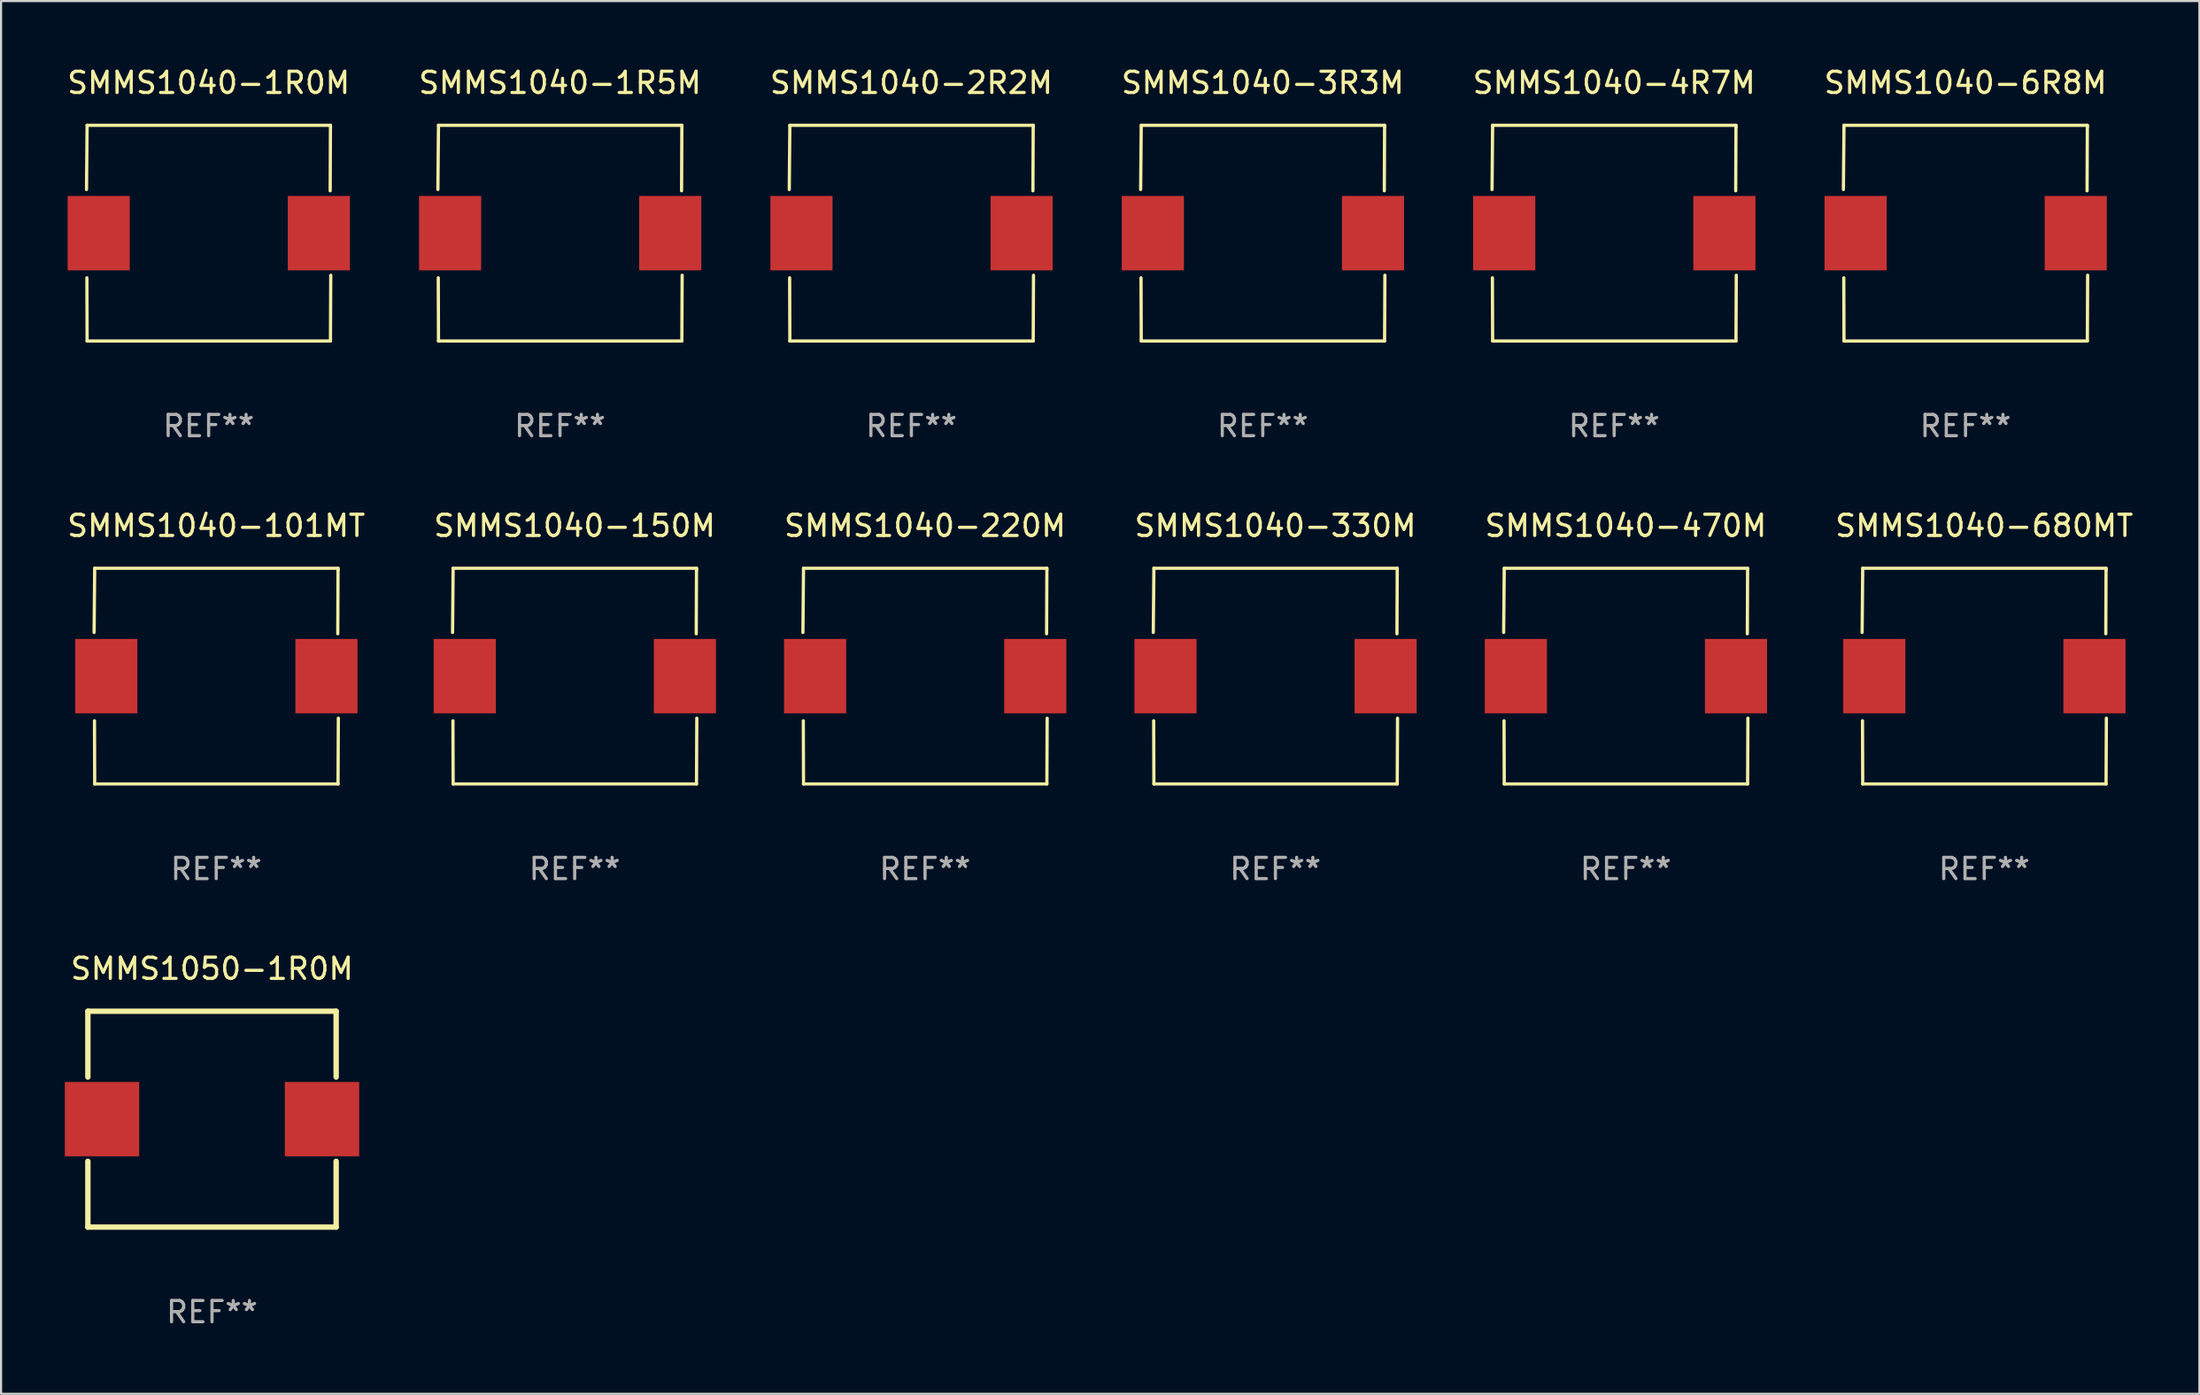
<source format=kicad_pcb>
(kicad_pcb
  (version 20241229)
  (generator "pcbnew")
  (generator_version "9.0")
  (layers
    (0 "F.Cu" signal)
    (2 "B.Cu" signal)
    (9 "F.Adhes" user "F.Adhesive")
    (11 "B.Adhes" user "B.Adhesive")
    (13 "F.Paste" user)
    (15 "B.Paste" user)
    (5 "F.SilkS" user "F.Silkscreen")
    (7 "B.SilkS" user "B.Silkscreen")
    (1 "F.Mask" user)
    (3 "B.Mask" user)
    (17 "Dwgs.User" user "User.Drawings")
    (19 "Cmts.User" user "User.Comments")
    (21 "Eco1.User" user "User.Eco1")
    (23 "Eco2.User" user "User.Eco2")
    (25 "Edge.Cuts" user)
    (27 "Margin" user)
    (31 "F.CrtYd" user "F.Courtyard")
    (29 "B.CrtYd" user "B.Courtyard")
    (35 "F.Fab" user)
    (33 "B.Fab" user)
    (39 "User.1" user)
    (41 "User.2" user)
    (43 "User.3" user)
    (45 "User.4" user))
  (footprint "SMMS1040-101MT"
    (layer "F.Cu")
    (at 7.125 28.773)
    (property "Reference" "SMMS1040-101MT" (at 0 -7.076 0) (layer "F.SilkS") (effects (font (size 1 1) (thickness 0.15))))
    (attr through_hole)
    (fp_line (start -5.747 -2.055) (end -5.719 -5.076) (stroke (width 0.152) (type solid)) (layer "F.SilkS"))
    (fp_line (start -5.729 2.102) (end -5.719 5.076) (stroke (width 0.152) (type solid)) (layer "F.SilkS"))
    (fp_line (start -5.719 -5.076) (end 5.733 -5.076) (stroke (width 0.152) (type solid)) (layer "F.SilkS"))
    (fp_line (start -5.719 5.076) (end 5.733 5.076) (stroke (width 0.152) (type solid)) (layer "F.SilkS"))
    (fp_line (start 5.733 -5.076) (end 5.72 -1.993) (stroke (width 0.152) (type solid)) (layer "F.SilkS"))
    (fp_line (start 5.733 5.076) (end 5.747 1.981) (stroke (width 0.152) (type solid)) (layer "F.SilkS"))
    (fp_circle (center 5.757 -5) (end 5.787 -5) (stroke (width 0.06) (type solid)) (fill no) (layer "F.SilkS"))
    (fp_text user "REF**" (at 0 9.076 0) (layer "F.Fab") (effects (font (size 1 1) (thickness 0.15))))
    (pad "1" smd rect (at 5.187 0) (size 2.924 3.5) (layers "F.Cu" "F.Mask" "F.Paste"))
    (pad "2" smd rect (at -5.173 0) (size 2.924 3.5) (layers "F.Cu" "F.Mask" "F.Paste")))
  (footprint "SMMS1040-1R5M"
    (layer "F.Cu")
    (at 23.304 7.924)
    (property "Reference" "SMMS1040-1R5M" (at 0 -7.076 0) (layer "F.SilkS") (effects (font (size 1 1) (thickness 0.15))))
    (attr through_hole)
    (fp_line (start -5.747 -2.055) (end -5.719 -5.076) (stroke (width 0.152) (type solid)) (layer "F.SilkS"))
    (fp_line (start -5.729 2.102) (end -5.719 5.076) (stroke (width 0.152) (type solid)) (layer "F.SilkS"))
    (fp_line (start -5.719 -5.076) (end 5.733 -5.076) (stroke (width 0.152) (type solid)) (layer "F.SilkS"))
    (fp_line (start -5.719 5.076) (end 5.733 5.076) (stroke (width 0.152) (type solid)) (layer "F.SilkS"))
    (fp_line (start 5.733 -5.076) (end 5.72 -1.993) (stroke (width 0.152) (type solid)) (layer "F.SilkS"))
    (fp_line (start 5.733 5.076) (end 5.747 1.981) (stroke (width 0.152) (type solid)) (layer "F.SilkS"))
    (fp_circle (center 5.757 -5) (end 5.787 -5) (stroke (width 0.06) (type solid)) (fill no) (layer "F.SilkS"))
    (fp_text user "REF**" (at 0 9.076 0) (layer "F.Fab") (effects (font (size 1 1) (thickness 0.15))))
    (pad "1" smd rect (at 5.187 0) (size 2.924 3.5) (layers "F.Cu" "F.Mask" "F.Paste"))
    (pad "2" smd rect (at -5.173 0) (size 2.924 3.5) (layers "F.Cu" "F.Mask" "F.Paste")))
  (footprint "SMMS1040-2R2M"
    (layer "F.Cu")
    (at 39.839 7.924)
    (property "Reference" "SMMS1040-2R2M" (at 0 -7.076 0) (layer "F.SilkS") (effects (font (size 1 1) (thickness 0.15))))
    (attr through_hole)
    (fp_line (start -5.747 -2.055) (end -5.719 -5.076) (stroke (width 0.152) (type solid)) (layer "F.SilkS"))
    (fp_line (start -5.729 2.102) (end -5.719 5.076) (stroke (width 0.152) (type solid)) (layer "F.SilkS"))
    (fp_line (start -5.719 -5.076) (end 5.733 -5.076) (stroke (width 0.152) (type solid)) (layer "F.SilkS"))
    (fp_line (start -5.719 5.076) (end 5.733 5.076) (stroke (width 0.152) (type solid)) (layer "F.SilkS"))
    (fp_line (start 5.733 -5.076) (end 5.72 -1.993) (stroke (width 0.152) (type solid)) (layer "F.SilkS"))
    (fp_line (start 5.733 5.076) (end 5.747 1.981) (stroke (width 0.152) (type solid)) (layer "F.SilkS"))
    (fp_circle (center 5.757 -5) (end 5.787 -5) (stroke (width 0.06) (type solid)) (fill no) (layer "F.SilkS"))
    (fp_text user "REF**" (at 0 9.076 0) (layer "F.Fab") (effects (font (size 1 1) (thickness 0.15))))
    (pad "1" smd rect (at 5.187 0) (size 2.924 3.5) (layers "F.Cu" "F.Mask" "F.Paste"))
    (pad "2" smd rect (at -5.173 0) (size 2.924 3.5) (layers "F.Cu" "F.Mask" "F.Paste")))
  (footprint "SMMS1040-330M"
    (layer "F.Cu")
    (at 56.97 28.773)
    (property "Reference" "SMMS1040-330M" (at 0 -7.076 0) (layer "F.SilkS") (effects (font (size 1 1) (thickness 0.15))))
    (attr through_hole)
    (fp_line (start -5.747 -2.055) (end -5.719 -5.076) (stroke (width 0.152) (type solid)) (layer "F.SilkS"))
    (fp_line (start -5.729 2.102) (end -5.719 5.076) (stroke (width 0.152) (type solid)) (layer "F.SilkS"))
    (fp_line (start -5.719 -5.076) (end 5.733 -5.076) (stroke (width 0.152) (type solid)) (layer "F.SilkS"))
    (fp_line (start -5.719 5.076) (end 5.733 5.076) (stroke (width 0.152) (type solid)) (layer "F.SilkS"))
    (fp_line (start 5.733 -5.076) (end 5.72 -1.993) (stroke (width 0.152) (type solid)) (layer "F.SilkS"))
    (fp_line (start 5.733 5.076) (end 5.747 1.981) (stroke (width 0.152) (type solid)) (layer "F.SilkS"))
    (fp_circle (center 5.757 -5) (end 5.787 -5) (stroke (width 0.06) (type solid)) (fill no) (layer "F.SilkS"))
    (fp_text user "REF**" (at 0 9.076 0) (layer "F.Fab") (effects (font (size 1 1) (thickness 0.15))))
    (pad "1" smd rect (at 5.187 0) (size 2.924 3.5) (layers "F.Cu" "F.Mask" "F.Paste"))
    (pad "2" smd rect (at -5.173 0) (size 2.924 3.5) (layers "F.Cu" "F.Mask" "F.Paste")))
  (footprint "SMMS1040-3R3M"
    (layer "F.Cu")
    (at 56.375 7.924)
    (property "Reference" "SMMS1040-3R3M" (at 0 -7.076 0) (layer "F.SilkS") (effects (font (size 1 1) (thickness 0.15))))
    (attr through_hole)
    (fp_line (start -5.747 -2.055) (end -5.719 -5.076) (stroke (width 0.152) (type solid)) (layer "F.SilkS"))
    (fp_line (start -5.729 2.102) (end -5.719 5.076) (stroke (width 0.152) (type solid)) (layer "F.SilkS"))
    (fp_line (start -5.719 -5.076) (end 5.733 -5.076) (stroke (width 0.152) (type solid)) (layer "F.SilkS"))
    (fp_line (start -5.719 5.076) (end 5.733 5.076) (stroke (width 0.152) (type solid)) (layer "F.SilkS"))
    (fp_line (start 5.733 -5.076) (end 5.72 -1.993) (stroke (width 0.152) (type solid)) (layer "F.SilkS"))
    (fp_line (start 5.733 5.076) (end 5.747 1.981) (stroke (width 0.152) (type solid)) (layer "F.SilkS"))
    (fp_circle (center 5.757 -5) (end 5.787 -5) (stroke (width 0.06) (type solid)) (fill no) (layer "F.SilkS"))
    (fp_text user "REF**" (at 0 9.076 0) (layer "F.Fab") (effects (font (size 1 1) (thickness 0.15))))
    (pad "1" smd rect (at 5.187 0) (size 2.924 3.5) (layers "F.Cu" "F.Mask" "F.Paste"))
    (pad "2" smd rect (at -5.173 0) (size 2.924 3.5) (layers "F.Cu" "F.Mask" "F.Paste")))
  (footprint "SMMS1040-150M"
    (layer "F.Cu")
    (at 23.994 28.773)
    (property "Reference" "SMMS1040-150M" (at 0 -7.076 0) (layer "F.SilkS") (effects (font (size 1 1) (thickness 0.15))))
    (attr through_hole)
    (fp_line (start -5.747 -2.055) (end -5.719 -5.076) (stroke (width 0.152) (type solid)) (layer "F.SilkS"))
    (fp_line (start -5.729 2.102) (end -5.719 5.076) (stroke (width 0.152) (type solid)) (layer "F.SilkS"))
    (fp_line (start -5.719 -5.076) (end 5.733 -5.076) (stroke (width 0.152) (type solid)) (layer "F.SilkS"))
    (fp_line (start -5.719 5.076) (end 5.733 5.076) (stroke (width 0.152) (type solid)) (layer "F.SilkS"))
    (fp_line (start 5.733 -5.076) (end 5.72 -1.993) (stroke (width 0.152) (type solid)) (layer "F.SilkS"))
    (fp_line (start 5.733 5.076) (end 5.747 1.981) (stroke (width 0.152) (type solid)) (layer "F.SilkS"))
    (fp_circle (center 5.757 -5) (end 5.787 -5) (stroke (width 0.06) (type solid)) (fill no) (layer "F.SilkS"))
    (fp_text user "REF**" (at 0 9.076 0) (layer "F.Fab") (effects (font (size 1 1) (thickness 0.15))))
    (pad "1" smd rect (at 5.187 0) (size 2.924 3.5) (layers "F.Cu" "F.Mask" "F.Paste"))
    (pad "2" smd rect (at -5.173 0) (size 2.924 3.5) (layers "F.Cu" "F.Mask" "F.Paste")))
  (footprint "SMMS1040-220M"
    (layer "F.Cu")
    (at 40.482 28.773)
    (property "Reference" "SMMS1040-220M" (at 0 -7.076 0) (layer "F.SilkS") (effects (font (size 1 1) (thickness 0.15))))
    (attr through_hole)
    (fp_line (start -5.747 -2.055) (end -5.719 -5.076) (stroke (width 0.152) (type solid)) (layer "F.SilkS"))
    (fp_line (start -5.729 2.102) (end -5.719 5.076) (stroke (width 0.152) (type solid)) (layer "F.SilkS"))
    (fp_line (start -5.719 -5.076) (end 5.733 -5.076) (stroke (width 0.152) (type solid)) (layer "F.SilkS"))
    (fp_line (start -5.719 5.076) (end 5.733 5.076) (stroke (width 0.152) (type solid)) (layer "F.SilkS"))
    (fp_line (start 5.733 -5.076) (end 5.72 -1.993) (stroke (width 0.152) (type solid)) (layer "F.SilkS"))
    (fp_line (start 5.733 5.076) (end 5.747 1.981) (stroke (width 0.152) (type solid)) (layer "F.SilkS"))
    (fp_circle (center 5.757 -5) (end 5.787 -5) (stroke (width 0.06) (type solid)) (fill no) (layer "F.SilkS"))
    (fp_text user "REF**" (at 0 9.076 0) (layer "F.Fab") (effects (font (size 1 1) (thickness 0.15))))
    (pad "1" smd rect (at 5.187 0) (size 2.924 3.5) (layers "F.Cu" "F.Mask" "F.Paste"))
    (pad "2" smd rect (at -5.173 0) (size 2.924 3.5) (layers "F.Cu" "F.Mask" "F.Paste")))
  (footprint "SMMS1040-1R0M"
    (layer "F.Cu")
    (at 6.768 7.924)
    (property "Reference" "SMMS1040-1R0M" (at 0 -7.076 0) (layer "F.SilkS") (effects (font (size 1 1) (thickness 0.15))))
    (attr through_hole)
    (fp_line (start -5.747 -2.055) (end -5.719 -5.076) (stroke (width 0.152) (type solid)) (layer "F.SilkS"))
    (fp_line (start -5.729 2.102) (end -5.719 5.076) (stroke (width 0.152) (type solid)) (layer "F.SilkS"))
    (fp_line (start -5.719 -5.076) (end 5.733 -5.076) (stroke (width 0.152) (type solid)) (layer "F.SilkS"))
    (fp_line (start -5.719 5.076) (end 5.733 5.076) (stroke (width 0.152) (type solid)) (layer "F.SilkS"))
    (fp_line (start 5.733 -5.076) (end 5.72 -1.993) (stroke (width 0.152) (type solid)) (layer "F.SilkS"))
    (fp_line (start 5.733 5.076) (end 5.747 1.981) (stroke (width 0.152) (type solid)) (layer "F.SilkS"))
    (fp_circle (center 5.757 -5) (end 5.787 -5) (stroke (width 0.06) (type solid)) (fill no) (layer "F.SilkS"))
    (fp_text user "REF**" (at 0 9.076 0) (layer "F.Fab") (effects (font (size 1 1) (thickness 0.15))))
    (pad "1" smd rect (at 5.187 0) (size 2.924 3.5) (layers "F.Cu" "F.Mask" "F.Paste"))
    (pad "2" smd rect (at -5.173 0) (size 2.924 3.5) (layers "F.Cu" "F.Mask" "F.Paste")))
  (footprint "SMMS1050-1R0M"
    (layer "F.Cu")
    (at 6.927 49.626)
    (property "Reference" "SMMS1050-1R0M" (at 0 -7.08 0) (layer "F.SilkS") (effects (font (size 1 1) (thickness 0.15))))
    (attr through_hole)
    (fp_line (start -5.842 -5.08) (end -5.842 -1.981) (stroke (width 0.254) (type solid)) (layer "F.SilkS"))
    (fp_line (start -5.842 1.981) (end -5.842 5.08) (stroke (width 0.254) (type solid)) (layer "F.SilkS"))
    (fp_line (start -5.842 5.08) (end 5.842 5.08) (stroke (width 0.254) (type solid)) (layer "F.SilkS"))
    (fp_line (start 5.842 -5.08) (end -5.842 -5.08) (stroke (width 0.254) (type solid)) (layer "F.SilkS"))
    (fp_line (start 5.842 -1.981) (end 5.842 -5.08) (stroke (width 0.254) (type solid)) (layer "F.SilkS"))
    (fp_line (start 5.842 5.08) (end 5.842 1.981) (stroke (width 0.254) (type solid)) (layer "F.SilkS"))
    (fp_circle (center -5.75 5) (end -5.72 5) (stroke (width 0.06) (type solid)) (fill no) (layer "F.SilkS"))
    (fp_text user "REF**" (at 0 9.08 0) (layer "F.Fab") (effects (font (size 1 1) (thickness 0.15))))
    (pad "1" smd rect (at -5.177 0) (size 3.5 3.5) (layers "F.Cu" "F.Mask" "F.Paste"))
    (pad "2" smd rect (at 5.177 0) (size 3.5 3.5) (layers "F.Cu" "F.Mask" "F.Paste")))
  (footprint "SMMS1040-4R7M"
    (layer "F.Cu")
    (at 72.911 7.924)
    (property "Reference" "SMMS1040-4R7M" (at 0 -7.076 0) (layer "F.SilkS") (effects (font (size 1 1) (thickness 0.15))))
    (attr through_hole)
    (fp_line (start -5.747 -2.055) (end -5.719 -5.076) (stroke (width 0.152) (type solid)) (layer "F.SilkS"))
    (fp_line (start -5.729 2.102) (end -5.719 5.076) (stroke (width 0.152) (type solid)) (layer "F.SilkS"))
    (fp_line (start -5.719 -5.076) (end 5.733 -5.076) (stroke (width 0.152) (type solid)) (layer "F.SilkS"))
    (fp_line (start -5.719 5.076) (end 5.733 5.076) (stroke (width 0.152) (type solid)) (layer "F.SilkS"))
    (fp_line (start 5.733 -5.076) (end 5.72 -1.993) (stroke (width 0.152) (type solid)) (layer "F.SilkS"))
    (fp_line (start 5.733 5.076) (end 5.747 1.981) (stroke (width 0.152) (type solid)) (layer "F.SilkS"))
    (fp_circle (center 5.757 -5) (end 5.787 -5) (stroke (width 0.06) (type solid)) (fill no) (layer "F.SilkS"))
    (fp_text user "REF**" (at 0 9.076 0) (layer "F.Fab") (effects (font (size 1 1) (thickness 0.15))))
    (pad "1" smd rect (at 5.187 0) (size 2.924 3.5) (layers "F.Cu" "F.Mask" "F.Paste"))
    (pad "2" smd rect (at -5.173 0) (size 2.924 3.5) (layers "F.Cu" "F.Mask" "F.Paste")))
  (footprint "SMMS1040-680MT"
    (layer "F.Cu")
    (at 90.327 28.773)
    (property "Reference" "SMMS1040-680MT" (at 0 -7.076 0) (layer "F.SilkS") (effects (font (size 1 1) (thickness 0.15))))
    (attr through_hole)
    (fp_line (start -5.747 -2.055) (end -5.719 -5.076) (stroke (width 0.152) (type solid)) (layer "F.SilkS"))
    (fp_line (start -5.729 2.102) (end -5.719 5.076) (stroke (width 0.152) (type solid)) (layer "F.SilkS"))
    (fp_line (start -5.719 -5.076) (end 5.733 -5.076) (stroke (width 0.152) (type solid)) (layer "F.SilkS"))
    (fp_line (start -5.719 5.076) (end 5.733 5.076) (stroke (width 0.152) (type solid)) (layer "F.SilkS"))
    (fp_line (start 5.733 -5.076) (end 5.72 -1.993) (stroke (width 0.152) (type solid)) (layer "F.SilkS"))
    (fp_line (start 5.733 5.076) (end 5.747 1.981) (stroke (width 0.152) (type solid)) (layer "F.SilkS"))
    (fp_circle (center 5.757 -5) (end 5.787 -5) (stroke (width 0.06) (type solid)) (fill no) (layer "F.SilkS"))
    (fp_text user "REF**" (at 0 9.076 0) (layer "F.Fab") (effects (font (size 1 1) (thickness 0.15))))
    (pad "1" smd rect (at 5.187 0) (size 2.924 3.5) (layers "F.Cu" "F.Mask" "F.Paste"))
    (pad "2" smd rect (at -5.173 0) (size 2.924 3.5) (layers "F.Cu" "F.Mask" "F.Paste")))
  (footprint "SMMS1040-6R8M"
    (layer "F.Cu")
    (at 89.446 7.924)
    (property "Reference" "SMMS1040-6R8M" (at 0 -7.076 0) (layer "F.SilkS") (effects (font (size 1 1) (thickness 0.15))))
    (attr through_hole)
    (fp_line (start -5.747 -2.055) (end -5.719 -5.076) (stroke (width 0.152) (type solid)) (layer "F.SilkS"))
    (fp_line (start -5.729 2.102) (end -5.719 5.076) (stroke (width 0.152) (type solid)) (layer "F.SilkS"))
    (fp_line (start -5.719 -5.076) (end 5.733 -5.076) (stroke (width 0.152) (type solid)) (layer "F.SilkS"))
    (fp_line (start -5.719 5.076) (end 5.733 5.076) (stroke (width 0.152) (type solid)) (layer "F.SilkS"))
    (fp_line (start 5.733 -5.076) (end 5.72 -1.993) (stroke (width 0.152) (type solid)) (layer "F.SilkS"))
    (fp_line (start 5.733 5.076) (end 5.747 1.981) (stroke (width 0.152) (type solid)) (layer "F.SilkS"))
    (fp_circle (center 5.757 -5) (end 5.787 -5) (stroke (width 0.06) (type solid)) (fill no) (layer "F.SilkS"))
    (fp_text user "REF**" (at 0 9.076 0) (layer "F.Fab") (effects (font (size 1 1) (thickness 0.15))))
    (pad "1" smd rect (at 5.187 0) (size 2.924 3.5) (layers "F.Cu" "F.Mask" "F.Paste"))
    (pad "2" smd rect (at -5.173 0) (size 2.924 3.5) (layers "F.Cu" "F.Mask" "F.Paste")))
  (footprint "SMMS1040-470M"
    (layer "F.Cu")
    (at 73.458 28.773)
    (property "Reference" "SMMS1040-470M" (at 0 -7.076 0) (layer "F.SilkS") (effects (font (size 1 1) (thickness 0.15))))
    (attr through_hole)
    (fp_line (start -5.747 -2.055) (end -5.719 -5.076) (stroke (width 0.152) (type solid)) (layer "F.SilkS"))
    (fp_line (start -5.729 2.102) (end -5.719 5.076) (stroke (width 0.152) (type solid)) (layer "F.SilkS"))
    (fp_line (start -5.719 -5.076) (end 5.733 -5.076) (stroke (width 0.152) (type solid)) (layer "F.SilkS"))
    (fp_line (start -5.719 5.076) (end 5.733 5.076) (stroke (width 0.152) (type solid)) (layer "F.SilkS"))
    (fp_line (start 5.733 -5.076) (end 5.72 -1.993) (stroke (width 0.152) (type solid)) (layer "F.SilkS"))
    (fp_line (start 5.733 5.076) (end 5.747 1.981) (stroke (width 0.152) (type solid)) (layer "F.SilkS"))
    (fp_circle (center 5.757 -5) (end 5.787 -5) (stroke (width 0.06) (type solid)) (fill no) (layer "F.SilkS"))
    (fp_text user "REF**" (at 0 9.076 0) (layer "F.Fab") (effects (font (size 1 1) (thickness 0.15))))
    (pad "1" smd rect (at 5.187 0) (size 2.924 3.5) (layers "F.Cu" "F.Mask" "F.Paste"))
    (pad "2" smd rect (at -5.173 0) (size 2.924 3.5) (layers "F.Cu" "F.Mask" "F.Paste")))
  (gr_rect
    (start -3 -3)
    (end 100.452 62.554)
    (stroke (width 0.1) (type default))
    (fill no)
    (layer "Edge.Cuts")))
</source>
